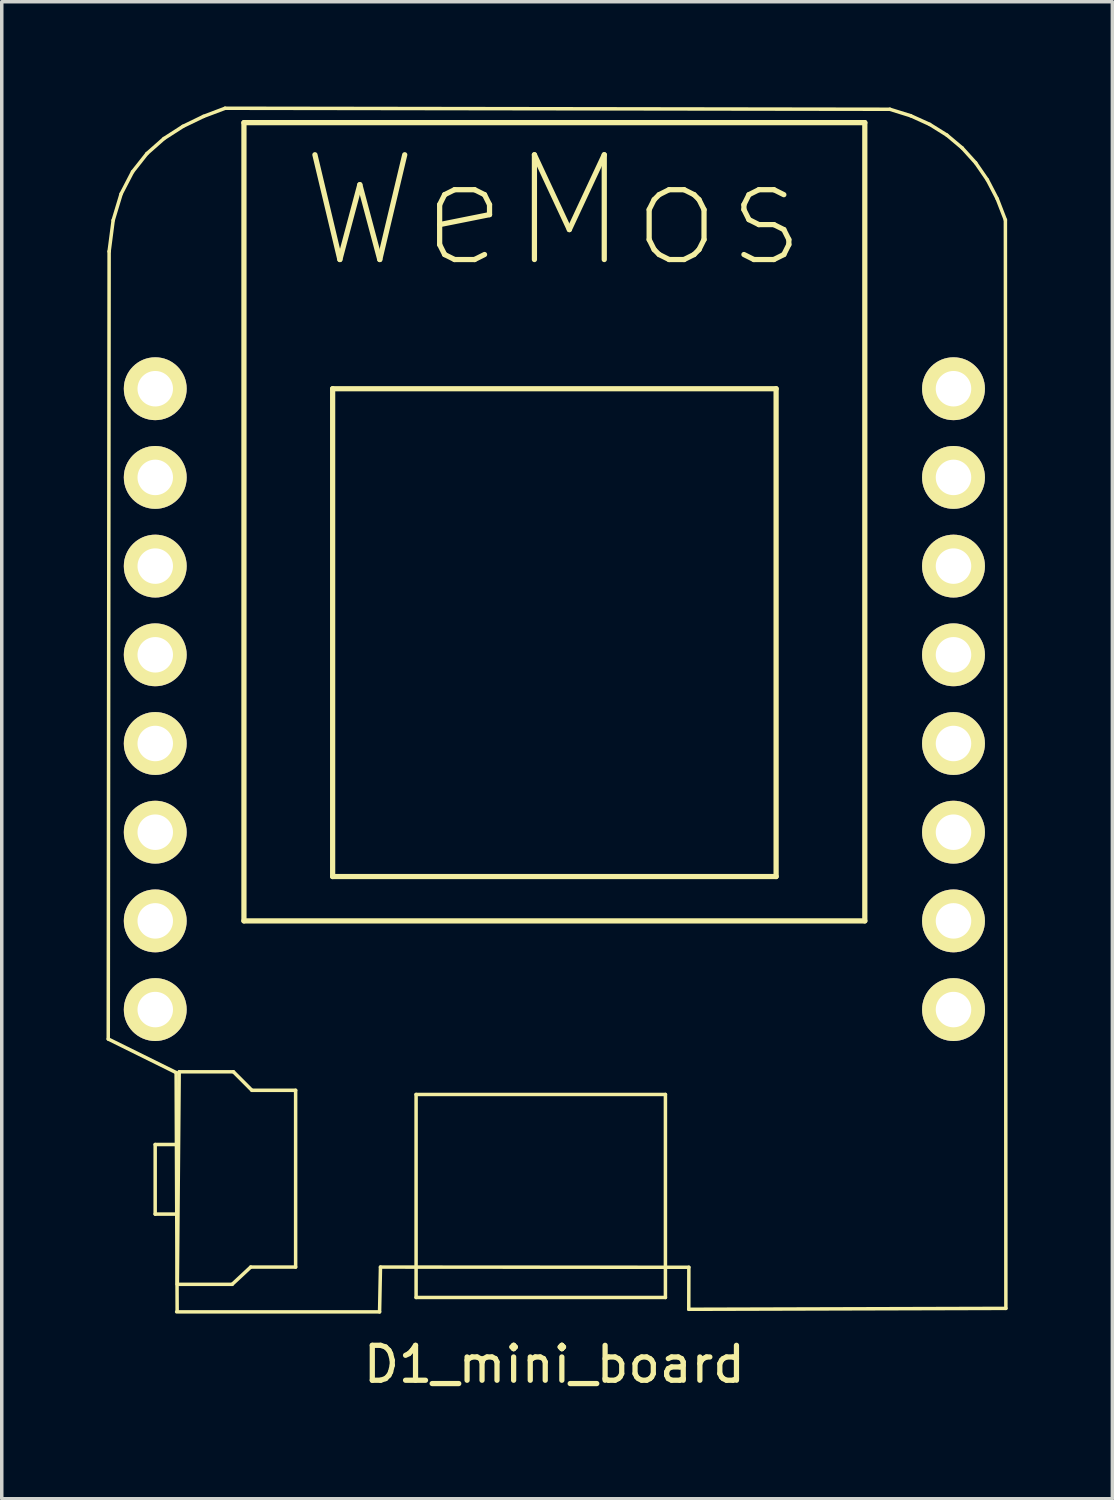
<source format=kicad_pcb>
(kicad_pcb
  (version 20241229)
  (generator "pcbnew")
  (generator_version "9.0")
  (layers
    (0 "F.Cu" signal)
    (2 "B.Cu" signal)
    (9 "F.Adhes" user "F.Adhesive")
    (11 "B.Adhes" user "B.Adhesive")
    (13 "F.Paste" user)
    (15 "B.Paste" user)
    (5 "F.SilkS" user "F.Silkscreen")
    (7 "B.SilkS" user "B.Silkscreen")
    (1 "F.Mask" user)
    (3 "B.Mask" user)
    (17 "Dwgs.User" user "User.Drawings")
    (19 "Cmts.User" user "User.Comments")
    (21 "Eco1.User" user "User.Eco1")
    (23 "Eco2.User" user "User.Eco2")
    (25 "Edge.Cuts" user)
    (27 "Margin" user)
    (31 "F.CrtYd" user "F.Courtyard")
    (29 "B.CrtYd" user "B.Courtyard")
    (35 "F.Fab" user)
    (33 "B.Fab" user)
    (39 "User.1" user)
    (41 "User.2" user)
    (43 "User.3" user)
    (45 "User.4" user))
  (footprint "D1_mini_board"
    (layer "F.Cu")
    (at 12.826 18.242)
    (property "Reference" "D1_mini_board" (at 0 17.78 0) (layer "F.SilkS") (effects (font (size 1 1) (thickness 0.15))))
    (attr through_hole)
    (fp_line (start -12.776 8.463) (end -10.832 9.424) (stroke (width 0.1) (type solid)) (layer "F.SilkS"))
    (fp_line (start -12.751 -14.092) (end -12.776 8.463) (stroke (width 0.1) (type solid)) (layer "F.SilkS"))
    (fp_line (start -12.635 -14.985) (end -12.751 -14.092) (stroke (width 0.1) (type solid)) (layer "F.SilkS"))
    (fp_line (start -12.407 -15.74) (end -12.635 -14.985) (stroke (width 0.1) (type solid)) (layer "F.SilkS"))
    (fp_line (start -12.08 -16.371) (end -12.407 -15.74) (stroke (width 0.1) (type solid)) (layer "F.SilkS"))
    (fp_line (start -11.667 -16.895) (end -12.08 -16.371) (stroke (width 0.1) (type solid)) (layer "F.SilkS"))
    (fp_line (start -11.432 11.484) (end -11.432 13.477) (stroke (width 0.1) (type solid)) (layer "F.SilkS"))
    (fp_line (start -11.432 13.477) (end -10.814 13.477) (stroke (width 0.1) (type solid)) (layer "F.SilkS"))
    (fp_line (start -11.181 -17.324) (end -11.667 -16.895) (stroke (width 0.1) (type solid)) (layer "F.SilkS"))
    (fp_line (start -10.832 9.424) (end -10.803 16.233) (stroke (width 0.1) (type solid)) (layer "F.SilkS"))
    (fp_line (start -10.817 16.277) (end -5.006 16.277) (stroke (width 0.1) (type solid)) (layer "F.SilkS"))
    (fp_line (start -10.797 15.488) (end -10.744 9.402) (stroke (width 0.1) (type solid)) (layer "F.SilkS"))
    (fp_line (start -10.779 11.484) (end -11.432 11.484) (stroke (width 0.1) (type solid)) (layer "F.SilkS"))
    (fp_line (start -10.744 9.402) (end -9.191 9.402) (stroke (width 0.1) (type solid)) (layer "F.SilkS"))
    (fp_line (start -10.638 -17.673) (end -11.181 -17.324) (stroke (width 0.1) (type solid)) (layer "F.SilkS"))
    (fp_line (start -10.05 -17.958) (end -10.638 -17.673) (stroke (width 0.1) (type solid)) (layer "F.SilkS"))
    (fp_line (start -9.43 -18.192) (end -10.05 -17.958) (stroke (width 0.1) (type solid)) (layer "F.SilkS"))
    (fp_line (start -9.227 15.488) (end -10.797 15.488) (stroke (width 0.1) (type solid)) (layer "F.SilkS"))
    (fp_line (start -9.191 9.402) (end -8.662 9.932) (stroke (width 0.1) (type solid)) (layer "F.SilkS"))
    (fp_line (start -8.89 -17.78) (end 8.89 -17.78) (stroke (width 0.15) (type solid)) (layer "F.SilkS"))
    (fp_line (start -8.89 5.08) (end -8.89 -17.78) (stroke (width 0.15) (type solid)) (layer "F.SilkS"))
    (fp_line (start -8.697 14.994) (end -9.227 15.488) (stroke (width 0.1) (type solid)) (layer "F.SilkS"))
    (fp_line (start -8.662 9.932) (end -7.41 9.932) (stroke (width 0.1) (type solid)) (layer "F.SilkS"))
    (fp_line (start -7.41 9.932) (end -7.41 14.994) (stroke (width 0.1) (type solid)) (layer "F.SilkS"))
    (fp_line (start -7.41 14.994) (end -8.697 14.994) (stroke (width 0.1) (type solid)) (layer "F.SilkS"))
    (fp_line (start -6.35 -10.16) (end -6.35 3.81) (stroke (width 0.15) (type solid)) (layer "F.SilkS"))
    (fp_line (start -6.35 3.81) (end 6.35 3.81) (stroke (width 0.15) (type solid)) (layer "F.SilkS"))
    (fp_line (start -5.006 16.277) (end -4.98 14.994) (stroke (width 0.1) (type solid)) (layer "F.SilkS"))
    (fp_line (start -4.98 14.994) (end 3.851 15) (stroke (width 0.1) (type solid)) (layer "F.SilkS"))
    (fp_line (start -3.96 10.051) (end -3.96 15.865) (stroke (width 0.1) (type solid)) (layer "F.SilkS"))
    (fp_line (start -3.96 15.865) (end 3.18 15.865) (stroke (width 0.1) (type solid)) (layer "F.SilkS"))
    (fp_line (start 3.18 10.051) (end -3.96 10.051) (stroke (width 0.1) (type solid)) (layer "F.SilkS"))
    (fp_line (start 3.18 15.865) (end 3.18 10.051) (stroke (width 0.1) (type solid)) (layer "F.SilkS"))
    (fp_line (start 3.849 16.203) (end 12.93 16.177) (stroke (width 0.1) (type solid)) (layer "F.SilkS"))
    (fp_line (start 3.851 15) (end 3.849 16.203) (stroke (width 0.1) (type solid)) (layer "F.SilkS"))
    (fp_line (start 6.35 -10.16) (end -6.35 -10.16) (stroke (width 0.15) (type solid)) (layer "F.SilkS"))
    (fp_line (start 6.35 3.81) (end 6.35 -10.16) (stroke (width 0.15) (type solid)) (layer "F.SilkS"))
    (fp_line (start 8.89 -17.78) (end 8.89 5.08) (stroke (width 0.15) (type solid)) (layer "F.SilkS"))
    (fp_line (start 8.89 5.08) (end -8.89 5.08) (stroke (width 0.15) (type solid)) (layer "F.SilkS"))
    (fp_line (start 9.607 -18.163) (end -9.43 -18.192) (stroke (width 0.1) (type solid)) (layer "F.SilkS"))
    (fp_line (start 10.205 -17.977) (end 9.607 -18.163) (stroke (width 0.1) (type solid)) (layer "F.SilkS"))
    (fp_line (start 10.749 -17.73) (end 10.205 -17.977) (stroke (width 0.1) (type solid)) (layer "F.SilkS"))
    (fp_line (start 11.241 -17.423) (end 10.749 -17.73) (stroke (width 0.1) (type solid)) (layer "F.SilkS"))
    (fp_line (start 11.679 -17.055) (end 11.241 -17.423) (stroke (width 0.1) (type solid)) (layer "F.SilkS"))
    (fp_line (start 12.065 -16.628) (end 11.679 -17.055) (stroke (width 0.1) (type solid)) (layer "F.SilkS"))
    (fp_line (start 12.4 -16.141) (end 12.065 -16.628) (stroke (width 0.1) (type solid)) (layer "F.SilkS"))
    (fp_line (start 12.683 -15.596) (end 12.4 -16.141) (stroke (width 0.1) (type solid)) (layer "F.SilkS"))
    (fp_line (start 12.916 -14.993) (end 12.683 -15.596) (stroke (width 0.1) (type solid)) (layer "F.SilkS"))
    (fp_line (start 12.93 16.177) (end 12.916 -14.993) (stroke (width 0.1) (type solid)) (layer "F.SilkS"))
    (fp_text user "WeMos" (at 0 -15.24 0) (layer "F.SilkS") (effects (font (size 3 3) (thickness 0.15))))
    (pad "1" thru_hole circle (at 11.43 7.62) (size 1.8 1.8) (drill 1.016) (layers "*.Cu" "*.Mask" "F.SilkS"))
    (pad "2" thru_hole circle (at 11.43 5.08) (size 1.8 1.8) (drill 1.016) (layers "*.Cu" "*.Mask" "F.SilkS"))
    (pad "3" thru_hole circle (at 11.43 2.54) (size 1.8 1.8) (drill 1.016) (layers "*.Cu" "*.Mask" "F.SilkS"))
    (pad "4" thru_hole circle (at 11.43 0) (size 1.8 1.8) (drill 1.016) (layers "*.Cu" "*.Mask" "F.SilkS"))
    (pad "5" thru_hole circle (at 11.43 -2.54) (size 1.8 1.8) (drill 1.016) (layers "*.Cu" "*.Mask" "F.SilkS"))
    (pad "6" thru_hole circle (at 11.43 -5.08) (size 1.8 1.8) (drill 1.016) (layers "*.Cu" "*.Mask" "F.SilkS"))
    (pad "7" thru_hole circle (at 11.43 -7.62) (size 1.8 1.8) (drill 1.016) (layers "*.Cu" "*.Mask" "F.SilkS"))
    (pad "8" thru_hole circle (at 11.43 -10.16) (size 1.8 1.8) (drill 1.016) (layers "*.Cu" "*.Mask" "F.SilkS"))
    (pad "9" thru_hole circle (at -11.43 -10.16) (size 1.8 1.8) (drill 1.016) (layers "*.Cu" "*.Mask" "F.SilkS"))
    (pad "10" thru_hole circle (at -11.43 -7.62) (size 1.8 1.8) (drill 1.016) (layers "*.Cu" "*.Mask" "F.SilkS"))
    (pad "11" thru_hole circle (at -11.43 -5.08) (size 1.8 1.8) (drill 1.016) (layers "*.Cu" "*.Mask" "F.SilkS"))
    (pad "12" thru_hole circle (at -11.43 -2.54) (size 1.8 1.8) (drill 1.016) (layers "*.Cu" "*.Mask" "F.SilkS"))
    (pad "13" thru_hole circle (at -11.43 0) (size 1.8 1.8) (drill 1.016) (layers "*.Cu" "*.Mask" "F.SilkS"))
    (pad "14" thru_hole circle (at -11.43 2.54) (size 1.8 1.8) (drill 1.016) (layers "*.Cu" "*.Mask" "F.SilkS"))
    (pad "15" thru_hole circle (at -11.43 5.08) (size 1.8 1.8) (drill 1.016) (layers "*.Cu" "*.Mask" "F.SilkS"))
    (pad "16" thru_hole circle (at -11.43 7.62) (size 1.8 1.8) (drill 1.016) (layers "*.Cu" "*.Mask" "F.SilkS")))
  (gr_rect
    (start -3 -3)
    (end 28.806 39.87)
    (stroke (width 0.1) (type default))
    (fill no)
    (layer "Edge.Cuts")))
</source>
